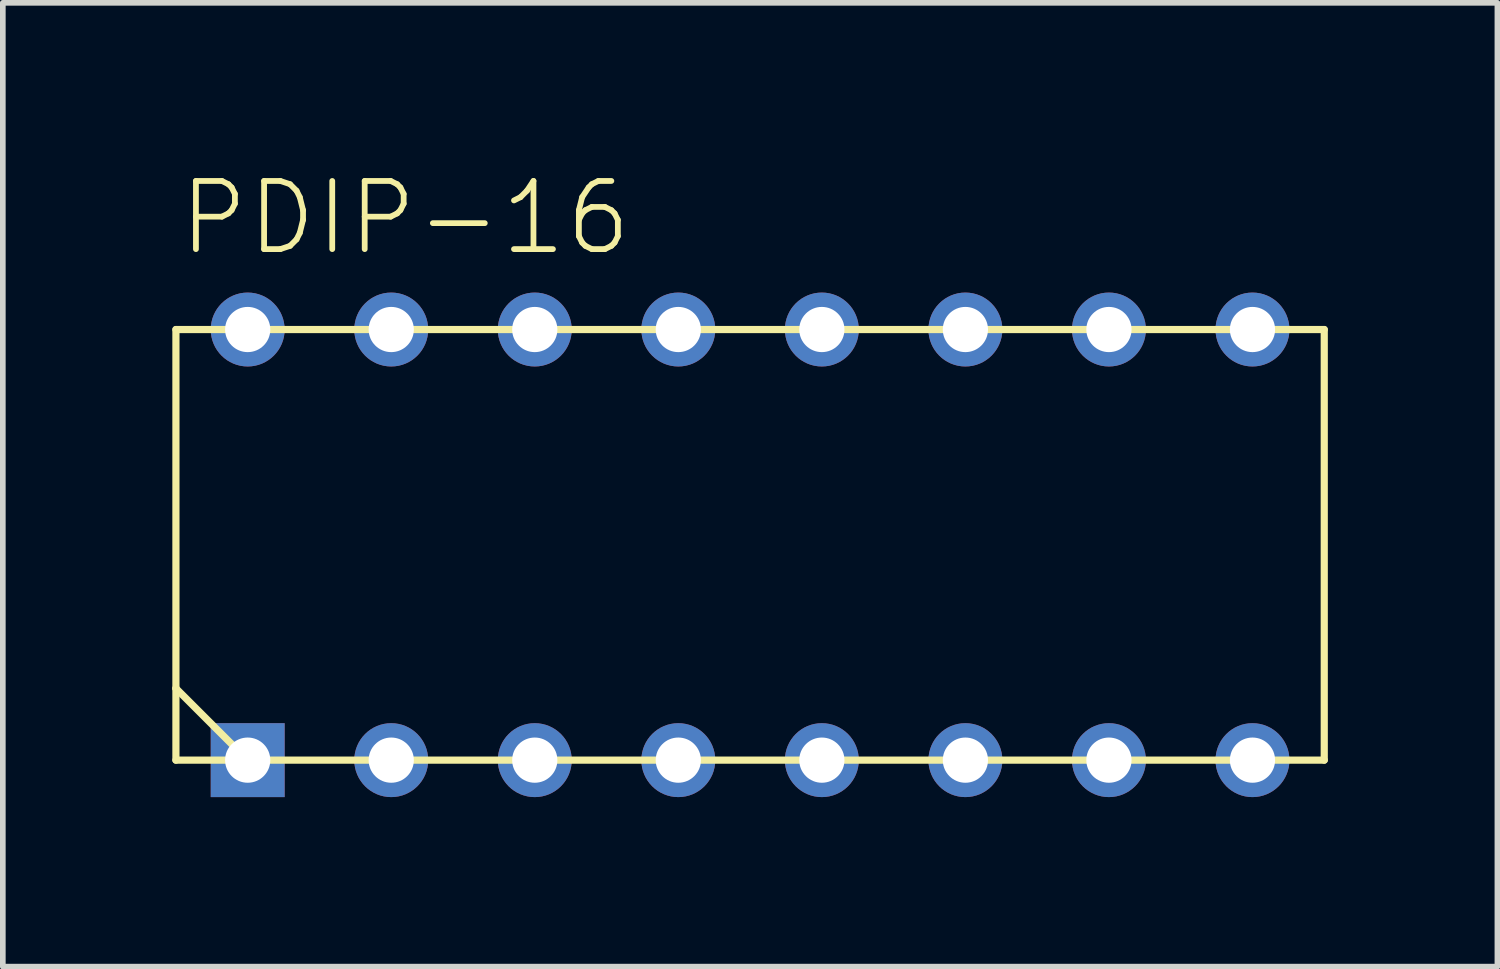
<source format=kicad_pcb>
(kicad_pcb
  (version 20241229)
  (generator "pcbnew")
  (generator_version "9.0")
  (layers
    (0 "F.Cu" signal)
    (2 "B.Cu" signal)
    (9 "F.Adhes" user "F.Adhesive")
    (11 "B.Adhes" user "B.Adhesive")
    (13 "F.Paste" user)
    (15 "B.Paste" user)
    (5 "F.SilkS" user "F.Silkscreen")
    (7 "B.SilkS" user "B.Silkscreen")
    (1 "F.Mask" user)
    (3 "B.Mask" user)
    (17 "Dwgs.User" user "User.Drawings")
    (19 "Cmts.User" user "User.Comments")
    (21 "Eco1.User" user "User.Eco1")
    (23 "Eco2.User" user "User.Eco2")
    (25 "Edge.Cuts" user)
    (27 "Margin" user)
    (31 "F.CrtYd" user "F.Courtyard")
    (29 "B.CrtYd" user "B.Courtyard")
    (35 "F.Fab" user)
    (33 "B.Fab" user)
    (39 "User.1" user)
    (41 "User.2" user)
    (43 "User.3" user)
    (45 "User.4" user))
  (footprint "PDIP-16"
    (layer "F.Cu")
    (at 10.223 6.591)
    (property "Reference" "PDIP-16" (at -10.16 -5.08 0) (layer "F.SilkS") (effects (font (size 1.206 1.206) (thickness 0.102)) (justify left bottom)))
    (attr through_hole)
    (fp_line (start -10.16 -3.81) (end 10.16 -3.81) (stroke (width 0.127) (type solid)) (layer "F.SilkS"))
    (fp_line (start -10.16 2.54) (end -10.16 -3.81) (stroke (width 0.127) (type solid)) (layer "F.SilkS"))
    (fp_line (start -10.16 2.54) (end -8.89 3.81) (stroke (width 0.127) (type solid)) (layer "F.SilkS"))
    (fp_line (start -10.16 3.81) (end -10.16 2.54) (stroke (width 0.127) (type solid)) (layer "F.SilkS"))
    (fp_line (start -8.89 3.81) (end -10.16 3.81) (stroke (width 0.127) (type solid)) (layer "F.SilkS"))
    (fp_line (start 10.16 -3.81) (end 10.16 3.81) (stroke (width 0.127) (type solid)) (layer "F.SilkS"))
    (fp_line (start 10.16 3.81) (end -8.89 3.81) (stroke (width 0.127) (type solid)) (layer "F.SilkS"))
    (pad "(A<B)_IN$5" thru_hole circle (at 1.27 3.81) (size 1.308 1.308) (drill 0.8) (layers "*.Cu" "*.Mask"))
    (pad "(A<B)_OUT$12" thru_hole circle (at 1.27 -3.81) (size 1.308 1.308) (drill 0.8) (layers "*.Cu" "*.Mask"))
    (pad "(A=B)_IN$6" thru_hole circle (at 3.81 3.81) (size 1.308 1.308) (drill 0.8) (layers "*.Cu" "*.Mask"))
    (pad "(A=B)_OUT$3" thru_hole circle (at -3.81 3.81) (size 1.308 1.308) (drill 0.8) (layers "*.Cu" "*.Mask"))
    (pad "(A>B)_IN$4" thru_hole circle (at -1.27 3.81) (size 1.308 1.308) (drill 0.8) (layers "*.Cu" "*.Mask"))
    (pad "(A>B)_OUT$13" thru_hole circle (at -1.27 -3.81) (size 1.308 1.308) (drill 0.8) (layers "*.Cu" "*.Mask"))
    (pad "A0$10" thru_hole circle (at 6.35 -3.81) (size 1.308 1.308) (drill 0.8) (layers "*.Cu" "*.Mask"))
    (pad "A1$7" thru_hole circle (at 6.35 3.81) (size 1.308 1.308) (drill 0.8) (layers "*.Cu" "*.Mask"))
    (pad "A2$2" thru_hole circle (at -6.35 3.81) (size 1.308 1.308) (drill 0.8) (layers "*.Cu" "*.Mask"))
    (pad "A3$15" thru_hole circle (at -6.35 -3.81) (size 1.308 1.308) (drill 0.8) (layers "*.Cu" "*.Mask"))
    (pad "B0$11" thru_hole circle (at 3.81 -3.81) (size 1.308 1.308) (drill 0.8) (layers "*.Cu" "*.Mask"))
    (pad "B1$9" thru_hole circle (at 8.89 -3.81) (size 1.308 1.308) (drill 0.8) (layers "*.Cu" "*.Mask"))
    (pad "B2$1" thru_hole rect (at -8.89 3.81) (size 1.308 1.308) (drill 0.8) (layers "*.Cu" "*.Mask"))
    (pad "B3$14" thru_hole circle (at -3.81 -3.81) (size 1.308 1.308) (drill 0.8) (layers "*.Cu" "*.Mask"))
    (pad "VDD$16" thru_hole circle (at -8.89 -3.81) (size 1.308 1.308) (drill 0.8) (layers "*.Cu" "*.Mask"))
    (pad "VSS$8" thru_hole circle (at 8.89 3.81) (size 1.308 1.308) (drill 0.8) (layers "*.Cu" "*.Mask")))
  (gr_rect
    (start -3 -3)
    (end 23.447 14.055)
    (stroke (width 0.1) (type default))
    (fill no)
    (layer "Edge.Cuts")))
</source>
